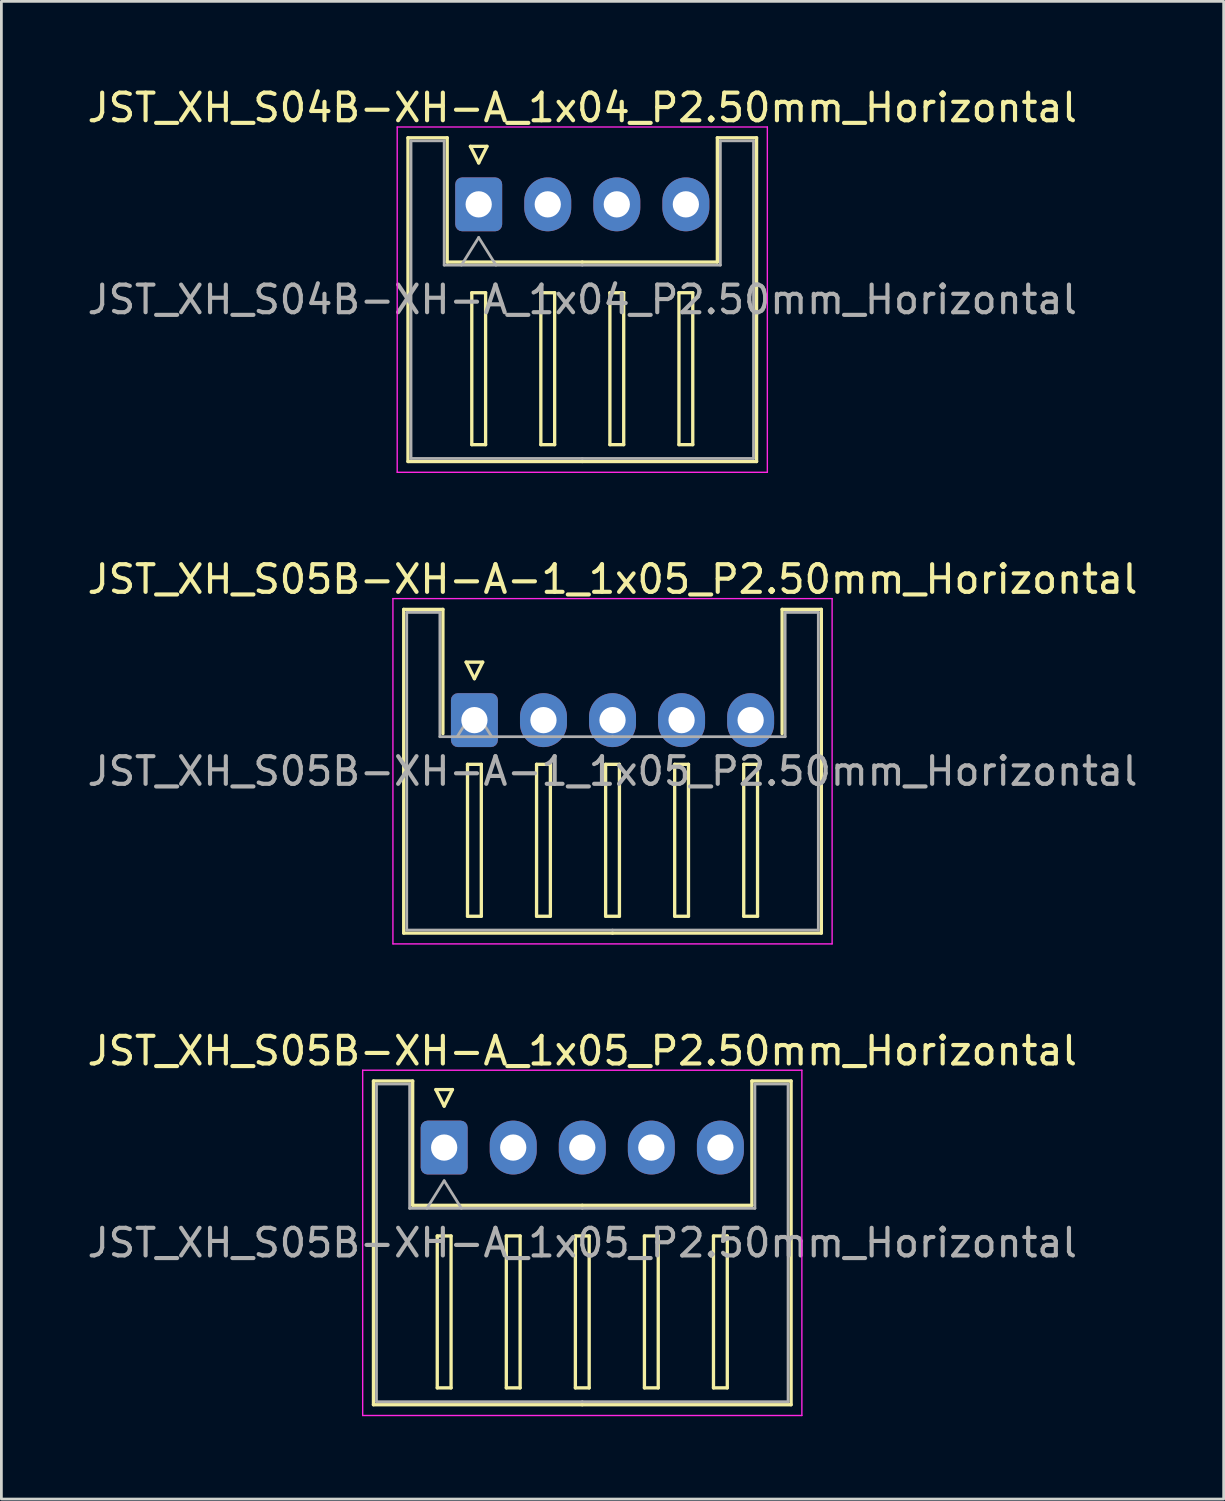
<source format=kicad_pcb>
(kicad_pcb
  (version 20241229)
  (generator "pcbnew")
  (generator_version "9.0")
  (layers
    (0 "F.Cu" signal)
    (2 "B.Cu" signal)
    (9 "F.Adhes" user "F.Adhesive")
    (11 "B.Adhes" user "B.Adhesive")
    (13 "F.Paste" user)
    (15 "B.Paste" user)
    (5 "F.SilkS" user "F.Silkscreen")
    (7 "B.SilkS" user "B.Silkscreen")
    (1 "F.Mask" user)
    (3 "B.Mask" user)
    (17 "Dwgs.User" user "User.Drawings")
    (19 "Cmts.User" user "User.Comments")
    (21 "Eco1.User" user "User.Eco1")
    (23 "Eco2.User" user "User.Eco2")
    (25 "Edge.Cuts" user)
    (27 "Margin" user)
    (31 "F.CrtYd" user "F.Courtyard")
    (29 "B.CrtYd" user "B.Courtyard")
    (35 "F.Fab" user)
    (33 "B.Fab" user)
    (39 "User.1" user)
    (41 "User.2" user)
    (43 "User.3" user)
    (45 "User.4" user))
  (footprint "JST_XH_S04B-XH-A_1x04_P2.50mm_Horizontal"
    (layer "F.Cu")
    (at 14.28 4.348)
    (property "Reference" "JST_XH_S04B-XH-A_1x04_P2.50mm_Horizontal" (at 3.75 -3.5 0) (layer "F.SilkS") (effects (font (size 1 1) (thickness 0.15))))
    (attr through_hole)
    (fp_line (start -2.56 -2.41) (end -1.14 -2.41) (stroke (width 0.12) (type solid)) (layer "F.SilkS"))
    (fp_line (start -2.56 9.31) (end -2.56 -2.41) (stroke (width 0.12) (type solid)) (layer "F.SilkS"))
    (fp_line (start -1.14 -2.41) (end -1.14 2.09) (stroke (width 0.12) (type solid)) (layer "F.SilkS"))
    (fp_line (start -1.14 2.09) (end 3.75 2.09) (stroke (width 0.12) (type solid)) (layer "F.SilkS"))
    (fp_line (start -0.3 -2.1) (end 0.3 -2.1) (stroke (width 0.12) (type solid)) (layer "F.SilkS"))
    (fp_line (start -0.25 3.2) (end -0.25 8.7) (stroke (width 0.12) (type solid)) (layer "F.SilkS"))
    (fp_line (start -0.25 8.7) (end 0.25 8.7) (stroke (width 0.12) (type solid)) (layer "F.SilkS"))
    (fp_line (start 0 -1.5) (end -0.3 -2.1) (stroke (width 0.12) (type solid)) (layer "F.SilkS"))
    (fp_line (start 0.25 3.2) (end -0.25 3.2) (stroke (width 0.12) (type solid)) (layer "F.SilkS"))
    (fp_line (start 0.25 8.7) (end 0.25 3.2) (stroke (width 0.12) (type solid)) (layer "F.SilkS"))
    (fp_line (start 0.3 -2.1) (end 0 -1.5) (stroke (width 0.12) (type solid)) (layer "F.SilkS"))
    (fp_line (start 2.25 3.2) (end 2.25 8.7) (stroke (width 0.12) (type solid)) (layer "F.SilkS"))
    (fp_line (start 2.25 8.7) (end 2.75 8.7) (stroke (width 0.12) (type solid)) (layer "F.SilkS"))
    (fp_line (start 2.75 3.2) (end 2.25 3.2) (stroke (width 0.12) (type solid)) (layer "F.SilkS"))
    (fp_line (start 2.75 8.7) (end 2.75 3.2) (stroke (width 0.12) (type solid)) (layer "F.SilkS"))
    (fp_line (start 3.75 9.31) (end -2.56 9.31) (stroke (width 0.12) (type solid)) (layer "F.SilkS"))
    (fp_line (start 3.75 9.31) (end 10.06 9.31) (stroke (width 0.12) (type solid)) (layer "F.SilkS"))
    (fp_line (start 4.75 3.2) (end 4.75 8.7) (stroke (width 0.12) (type solid)) (layer "F.SilkS"))
    (fp_line (start 4.75 8.7) (end 5.25 8.7) (stroke (width 0.12) (type solid)) (layer "F.SilkS"))
    (fp_line (start 5.25 3.2) (end 4.75 3.2) (stroke (width 0.12) (type solid)) (layer "F.SilkS"))
    (fp_line (start 5.25 8.7) (end 5.25 3.2) (stroke (width 0.12) (type solid)) (layer "F.SilkS"))
    (fp_line (start 7.25 3.2) (end 7.25 8.7) (stroke (width 0.12) (type solid)) (layer "F.SilkS"))
    (fp_line (start 7.25 8.7) (end 7.75 8.7) (stroke (width 0.12) (type solid)) (layer "F.SilkS"))
    (fp_line (start 7.75 3.2) (end 7.25 3.2) (stroke (width 0.12) (type solid)) (layer "F.SilkS"))
    (fp_line (start 7.75 8.7) (end 7.75 3.2) (stroke (width 0.12) (type solid)) (layer "F.SilkS"))
    (fp_line (start 8.64 -2.41) (end 8.64 2.09) (stroke (width 0.12) (type solid)) (layer "F.SilkS"))
    (fp_line (start 8.64 2.09) (end 3.75 2.09) (stroke (width 0.12) (type solid)) (layer "F.SilkS"))
    (fp_line (start 10.06 -2.41) (end 8.64 -2.41) (stroke (width 0.12) (type solid)) (layer "F.SilkS"))
    (fp_line (start 10.06 9.31) (end 10.06 -2.41) (stroke (width 0.12) (type solid)) (layer "F.SilkS"))
    (fp_line (start -2.95 -2.8) (end -2.95 9.7) (stroke (width 0.05) (type solid)) (layer "F.CrtYd"))
    (fp_line (start -2.95 9.7) (end 10.45 9.7) (stroke (width 0.05) (type solid)) (layer "F.CrtYd"))
    (fp_line (start 10.45 -2.8) (end -2.95 -2.8) (stroke (width 0.05) (type solid)) (layer "F.CrtYd"))
    (fp_line (start 10.45 9.7) (end 10.45 -2.8) (stroke (width 0.05) (type solid)) (layer "F.CrtYd"))
    (fp_line (start -2.45 -2.3) (end -1.25 -2.3) (stroke (width 0.1) (type solid)) (layer "F.Fab"))
    (fp_line (start -2.45 9.2) (end -2.45 -2.3) (stroke (width 0.1) (type solid)) (layer "F.Fab"))
    (fp_line (start -1.25 -2.3) (end -1.25 2.2) (stroke (width 0.1) (type solid)) (layer "F.Fab"))
    (fp_line (start -1.25 2.2) (end 3.75 2.2) (stroke (width 0.1) (type solid)) (layer "F.Fab"))
    (fp_line (start -0.625 2.2) (end 0 1.2) (stroke (width 0.1) (type solid)) (layer "F.Fab"))
    (fp_line (start 0 1.2) (end 0.625 2.2) (stroke (width 0.1) (type solid)) (layer "F.Fab"))
    (fp_line (start 3.75 9.2) (end -2.45 9.2) (stroke (width 0.1) (type solid)) (layer "F.Fab"))
    (fp_line (start 3.75 9.2) (end 9.95 9.2) (stroke (width 0.1) (type solid)) (layer "F.Fab"))
    (fp_line (start 8.75 -2.3) (end 8.75 2.2) (stroke (width 0.1) (type solid)) (layer "F.Fab"))
    (fp_line (start 8.75 2.2) (end 3.75 2.2) (stroke (width 0.1) (type solid)) (layer "F.Fab"))
    (fp_line (start 9.95 -2.3) (end 8.75 -2.3) (stroke (width 0.1) (type solid)) (layer "F.Fab"))
    (fp_line (start 9.95 9.2) (end 9.95 -2.3) (stroke (width 0.1) (type solid)) (layer "F.Fab"))
    (fp_text user "${REFERENCE}" (at 3.75 3.45 0) (layer "F.Fab") (effects (font (size 1 1) (thickness 0.15))))
    (pad "1" thru_hole roundrect (at 0 0) (size 1.7 1.95) (drill 0.95) (layers "*.Cu" "*.Mask") (roundrect_rratio 0.147))
    (pad "2" thru_hole oval (at 2.5 0) (size 1.7 1.95) (drill 0.95) (layers "*.Cu" "*.Mask"))
    (pad "3" thru_hole oval (at 5 0) (size 1.7 1.95) (drill 0.95) (layers "*.Cu" "*.Mask"))
    (pad "4" thru_hole oval (at 7.5 0) (size 1.7 1.95) (drill 0.95) (layers "*.Cu" "*.Mask")))
  (footprint "JST_XH_S05B-XH-A-1_1x05_P2.50mm_Horizontal"
    (layer "F.Cu")
    (at 14.125 23.021)
    (property "Reference" "JST_XH_S05B-XH-A-1_1x05_P2.50mm_Horizontal" (at 5 -5.1 0) (layer "F.SilkS") (effects (font (size 1 1) (thickness 0.15))))
    (attr through_hole)
    (fp_line (start -2.56 -4.01) (end -1.14 -4.01) (stroke (width 0.12) (type solid)) (layer "F.SilkS"))
    (fp_line (start -2.56 7.71) (end -2.56 -4.01) (stroke (width 0.12) (type solid)) (layer "F.SilkS"))
    (fp_line (start -1.14 -4.01) (end -1.14 0.49) (stroke (width 0.12) (type solid)) (layer "F.SilkS"))
    (fp_line (start -0.3 -2.1) (end 0.3 -2.1) (stroke (width 0.12) (type solid)) (layer "F.SilkS"))
    (fp_line (start -0.25 1.6) (end -0.25 7.1) (stroke (width 0.12) (type solid)) (layer "F.SilkS"))
    (fp_line (start -0.25 7.1) (end 0.25 7.1) (stroke (width 0.12) (type solid)) (layer "F.SilkS"))
    (fp_line (start 0 -1.5) (end -0.3 -2.1) (stroke (width 0.12) (type solid)) (layer "F.SilkS"))
    (fp_line (start 0.25 1.6) (end -0.25 1.6) (stroke (width 0.12) (type solid)) (layer "F.SilkS"))
    (fp_line (start 0.25 7.1) (end 0.25 1.6) (stroke (width 0.12) (type solid)) (layer "F.SilkS"))
    (fp_line (start 0.3 -2.1) (end 0 -1.5) (stroke (width 0.12) (type solid)) (layer "F.SilkS"))
    (fp_line (start 2.25 1.6) (end 2.25 7.1) (stroke (width 0.12) (type solid)) (layer "F.SilkS"))
    (fp_line (start 2.25 7.1) (end 2.75 7.1) (stroke (width 0.12) (type solid)) (layer "F.SilkS"))
    (fp_line (start 2.75 1.6) (end 2.25 1.6) (stroke (width 0.12) (type solid)) (layer "F.SilkS"))
    (fp_line (start 2.75 7.1) (end 2.75 1.6) (stroke (width 0.12) (type solid)) (layer "F.SilkS"))
    (fp_line (start 4.75 1.6) (end 4.75 7.1) (stroke (width 0.12) (type solid)) (layer "F.SilkS"))
    (fp_line (start 4.75 7.1) (end 5.25 7.1) (stroke (width 0.12) (type solid)) (layer "F.SilkS"))
    (fp_line (start 5 7.71) (end -2.56 7.71) (stroke (width 0.12) (type solid)) (layer "F.SilkS"))
    (fp_line (start 5 7.71) (end 12.56 7.71) (stroke (width 0.12) (type solid)) (layer "F.SilkS"))
    (fp_line (start 5.25 1.6) (end 4.75 1.6) (stroke (width 0.12) (type solid)) (layer "F.SilkS"))
    (fp_line (start 5.25 7.1) (end 5.25 1.6) (stroke (width 0.12) (type solid)) (layer "F.SilkS"))
    (fp_line (start 7.25 1.6) (end 7.25 7.1) (stroke (width 0.12) (type solid)) (layer "F.SilkS"))
    (fp_line (start 7.25 7.1) (end 7.75 7.1) (stroke (width 0.12) (type solid)) (layer "F.SilkS"))
    (fp_line (start 7.75 1.6) (end 7.25 1.6) (stroke (width 0.12) (type solid)) (layer "F.SilkS"))
    (fp_line (start 7.75 7.1) (end 7.75 1.6) (stroke (width 0.12) (type solid)) (layer "F.SilkS"))
    (fp_line (start 9.75 1.6) (end 9.75 7.1) (stroke (width 0.12) (type solid)) (layer "F.SilkS"))
    (fp_line (start 9.75 7.1) (end 10.25 7.1) (stroke (width 0.12) (type solid)) (layer "F.SilkS"))
    (fp_line (start 10.25 1.6) (end 9.75 1.6) (stroke (width 0.12) (type solid)) (layer "F.SilkS"))
    (fp_line (start 10.25 7.1) (end 10.25 1.6) (stroke (width 0.12) (type solid)) (layer "F.SilkS"))
    (fp_line (start 11.14 -4.01) (end 11.14 0.49) (stroke (width 0.12) (type solid)) (layer "F.SilkS"))
    (fp_line (start 12.56 -4.01) (end 11.14 -4.01) (stroke (width 0.12) (type solid)) (layer "F.SilkS"))
    (fp_line (start 12.56 7.71) (end 12.56 -4.01) (stroke (width 0.12) (type solid)) (layer "F.SilkS"))
    (fp_line (start -2.95 -4.4) (end -2.95 8.1) (stroke (width 0.05) (type solid)) (layer "F.CrtYd"))
    (fp_line (start -2.95 8.1) (end 12.95 8.1) (stroke (width 0.05) (type solid)) (layer "F.CrtYd"))
    (fp_line (start 12.95 -4.4) (end -2.95 -4.4) (stroke (width 0.05) (type solid)) (layer "F.CrtYd"))
    (fp_line (start 12.95 8.1) (end 12.95 -4.4) (stroke (width 0.05) (type solid)) (layer "F.CrtYd"))
    (fp_line (start -2.45 -3.9) (end -1.25 -3.9) (stroke (width 0.1) (type solid)) (layer "F.Fab"))
    (fp_line (start -2.45 7.6) (end -2.45 -3.9) (stroke (width 0.1) (type solid)) (layer "F.Fab"))
    (fp_line (start -1.25 -3.9) (end -1.25 0.6) (stroke (width 0.1) (type solid)) (layer "F.Fab"))
    (fp_line (start -1.25 0.6) (end 5 0.6) (stroke (width 0.1) (type solid)) (layer "F.Fab"))
    (fp_line (start -0.625 0.6) (end 0 -0.4) (stroke (width 0.1) (type solid)) (layer "F.Fab"))
    (fp_line (start 0 -0.4) (end 0.625 0.6) (stroke (width 0.1) (type solid)) (layer "F.Fab"))
    (fp_line (start 5 7.6) (end -2.45 7.6) (stroke (width 0.1) (type solid)) (layer "F.Fab"))
    (fp_line (start 5 7.6) (end 12.45 7.6) (stroke (width 0.1) (type solid)) (layer "F.Fab"))
    (fp_line (start 11.25 -3.9) (end 11.25 0.6) (stroke (width 0.1) (type solid)) (layer "F.Fab"))
    (fp_line (start 11.25 0.6) (end 5 0.6) (stroke (width 0.1) (type solid)) (layer "F.Fab"))
    (fp_line (start 12.45 -3.9) (end 11.25 -3.9) (stroke (width 0.1) (type solid)) (layer "F.Fab"))
    (fp_line (start 12.45 7.6) (end 12.45 -3.9) (stroke (width 0.1) (type solid)) (layer "F.Fab"))
    (fp_text user "${REFERENCE}" (at 5 1.85 0) (layer "F.Fab") (effects (font (size 1 1) (thickness 0.15))))
    (pad "1" thru_hole roundrect (at 0 0) (size 1.7 1.95) (drill 0.95) (layers "*.Cu" "*.Mask") (roundrect_rratio 0.147))
    (pad "2" thru_hole oval (at 2.5 0) (size 1.7 1.95) (drill 0.95) (layers "*.Cu" "*.Mask"))
    (pad "3" thru_hole oval (at 5 0) (size 1.7 1.95) (drill 0.95) (layers "*.Cu" "*.Mask"))
    (pad "4" thru_hole oval (at 7.5 0) (size 1.7 1.95) (drill 0.95) (layers "*.Cu" "*.Mask"))
    (pad "5" thru_hole oval (at 10 0) (size 1.7 1.95) (drill 0.95) (layers "*.Cu" "*.Mask")))
  (footprint "JST_XH_S05B-XH-A_1x05_P2.50mm_Horizontal"
    (layer "F.Cu")
    (at 13.03 38.495)
    (property "Reference" "JST_XH_S05B-XH-A_1x05_P2.50mm_Horizontal" (at 5 -3.5 0) (layer "F.SilkS") (effects (font (size 1 1) (thickness 0.15))))
    (attr through_hole)
    (fp_line (start -2.56 -2.41) (end -1.14 -2.41) (stroke (width 0.12) (type solid)) (layer "F.SilkS"))
    (fp_line (start -2.56 9.31) (end -2.56 -2.41) (stroke (width 0.12) (type solid)) (layer "F.SilkS"))
    (fp_line (start -1.14 -2.41) (end -1.14 2.09) (stroke (width 0.12) (type solid)) (layer "F.SilkS"))
    (fp_line (start -1.14 2.09) (end 5 2.09) (stroke (width 0.12) (type solid)) (layer "F.SilkS"))
    (fp_line (start -0.3 -2.1) (end 0.3 -2.1) (stroke (width 0.12) (type solid)) (layer "F.SilkS"))
    (fp_line (start -0.25 3.2) (end -0.25 8.7) (stroke (width 0.12) (type solid)) (layer "F.SilkS"))
    (fp_line (start -0.25 8.7) (end 0.25 8.7) (stroke (width 0.12) (type solid)) (layer "F.SilkS"))
    (fp_line (start 0 -1.5) (end -0.3 -2.1) (stroke (width 0.12) (type solid)) (layer "F.SilkS"))
    (fp_line (start 0.25 3.2) (end -0.25 3.2) (stroke (width 0.12) (type solid)) (layer "F.SilkS"))
    (fp_line (start 0.25 8.7) (end 0.25 3.2) (stroke (width 0.12) (type solid)) (layer "F.SilkS"))
    (fp_line (start 0.3 -2.1) (end 0 -1.5) (stroke (width 0.12) (type solid)) (layer "F.SilkS"))
    (fp_line (start 2.25 3.2) (end 2.25 8.7) (stroke (width 0.12) (type solid)) (layer "F.SilkS"))
    (fp_line (start 2.25 8.7) (end 2.75 8.7) (stroke (width 0.12) (type solid)) (layer "F.SilkS"))
    (fp_line (start 2.75 3.2) (end 2.25 3.2) (stroke (width 0.12) (type solid)) (layer "F.SilkS"))
    (fp_line (start 2.75 8.7) (end 2.75 3.2) (stroke (width 0.12) (type solid)) (layer "F.SilkS"))
    (fp_line (start 4.75 3.2) (end 4.75 8.7) (stroke (width 0.12) (type solid)) (layer "F.SilkS"))
    (fp_line (start 4.75 8.7) (end 5.25 8.7) (stroke (width 0.12) (type solid)) (layer "F.SilkS"))
    (fp_line (start 5 9.31) (end -2.56 9.31) (stroke (width 0.12) (type solid)) (layer "F.SilkS"))
    (fp_line (start 5 9.31) (end 12.56 9.31) (stroke (width 0.12) (type solid)) (layer "F.SilkS"))
    (fp_line (start 5.25 3.2) (end 4.75 3.2) (stroke (width 0.12) (type solid)) (layer "F.SilkS"))
    (fp_line (start 5.25 8.7) (end 5.25 3.2) (stroke (width 0.12) (type solid)) (layer "F.SilkS"))
    (fp_line (start 7.25 3.2) (end 7.25 8.7) (stroke (width 0.12) (type solid)) (layer "F.SilkS"))
    (fp_line (start 7.25 8.7) (end 7.75 8.7) (stroke (width 0.12) (type solid)) (layer "F.SilkS"))
    (fp_line (start 7.75 3.2) (end 7.25 3.2) (stroke (width 0.12) (type solid)) (layer "F.SilkS"))
    (fp_line (start 7.75 8.7) (end 7.75 3.2) (stroke (width 0.12) (type solid)) (layer "F.SilkS"))
    (fp_line (start 9.75 3.2) (end 9.75 8.7) (stroke (width 0.12) (type solid)) (layer "F.SilkS"))
    (fp_line (start 9.75 8.7) (end 10.25 8.7) (stroke (width 0.12) (type solid)) (layer "F.SilkS"))
    (fp_line (start 10.25 3.2) (end 9.75 3.2) (stroke (width 0.12) (type solid)) (layer "F.SilkS"))
    (fp_line (start 10.25 8.7) (end 10.25 3.2) (stroke (width 0.12) (type solid)) (layer "F.SilkS"))
    (fp_line (start 11.14 -2.41) (end 11.14 2.09) (stroke (width 0.12) (type solid)) (layer "F.SilkS"))
    (fp_line (start 11.14 2.09) (end 5 2.09) (stroke (width 0.12) (type solid)) (layer "F.SilkS"))
    (fp_line (start 12.56 -2.41) (end 11.14 -2.41) (stroke (width 0.12) (type solid)) (layer "F.SilkS"))
    (fp_line (start 12.56 9.31) (end 12.56 -2.41) (stroke (width 0.12) (type solid)) (layer "F.SilkS"))
    (fp_line (start -2.95 -2.8) (end -2.95 9.7) (stroke (width 0.05) (type solid)) (layer "F.CrtYd"))
    (fp_line (start -2.95 9.7) (end 12.95 9.7) (stroke (width 0.05) (type solid)) (layer "F.CrtYd"))
    (fp_line (start 12.95 -2.8) (end -2.95 -2.8) (stroke (width 0.05) (type solid)) (layer "F.CrtYd"))
    (fp_line (start 12.95 9.7) (end 12.95 -2.8) (stroke (width 0.05) (type solid)) (layer "F.CrtYd"))
    (fp_line (start -2.45 -2.3) (end -1.25 -2.3) (stroke (width 0.1) (type solid)) (layer "F.Fab"))
    (fp_line (start -2.45 9.2) (end -2.45 -2.3) (stroke (width 0.1) (type solid)) (layer "F.Fab"))
    (fp_line (start -1.25 -2.3) (end -1.25 2.2) (stroke (width 0.1) (type solid)) (layer "F.Fab"))
    (fp_line (start -1.25 2.2) (end 5 2.2) (stroke (width 0.1) (type solid)) (layer "F.Fab"))
    (fp_line (start -0.625 2.2) (end 0 1.2) (stroke (width 0.1) (type solid)) (layer "F.Fab"))
    (fp_line (start 0 1.2) (end 0.625 2.2) (stroke (width 0.1) (type solid)) (layer "F.Fab"))
    (fp_line (start 5 9.2) (end -2.45 9.2) (stroke (width 0.1) (type solid)) (layer "F.Fab"))
    (fp_line (start 5 9.2) (end 12.45 9.2) (stroke (width 0.1) (type solid)) (layer "F.Fab"))
    (fp_line (start 11.25 -2.3) (end 11.25 2.2) (stroke (width 0.1) (type solid)) (layer "F.Fab"))
    (fp_line (start 11.25 2.2) (end 5 2.2) (stroke (width 0.1) (type solid)) (layer "F.Fab"))
    (fp_line (start 12.45 -2.3) (end 11.25 -2.3) (stroke (width 0.1) (type solid)) (layer "F.Fab"))
    (fp_line (start 12.45 9.2) (end 12.45 -2.3) (stroke (width 0.1) (type solid)) (layer "F.Fab"))
    (fp_text user "${REFERENCE}" (at 5 3.45 0) (layer "F.Fab") (effects (font (size 1 1) (thickness 0.15))))
    (pad "1" thru_hole roundrect (at 0 0) (size 1.7 1.95) (drill 0.95) (layers "*.Cu" "*.Mask") (roundrect_rratio 0.147))
    (pad "2" thru_hole oval (at 2.5 0) (size 1.7 1.95) (drill 0.95) (layers "*.Cu" "*.Mask"))
    (pad "3" thru_hole oval (at 5 0) (size 1.7 1.95) (drill 0.95) (layers "*.Cu" "*.Mask"))
    (pad "4" thru_hole oval (at 7.5 0) (size 1.7 1.95) (drill 0.95) (layers "*.Cu" "*.Mask"))
    (pad "5" thru_hole oval (at 10 0) (size 1.7 1.95) (drill 0.95) (layers "*.Cu" "*.Mask")))
  (gr_rect
    (start -3 -3)
    (end 41.25 51.22)
    (stroke (width 0.1) (type default))
    (fill no)
    (layer "Edge.Cuts")))
</source>
